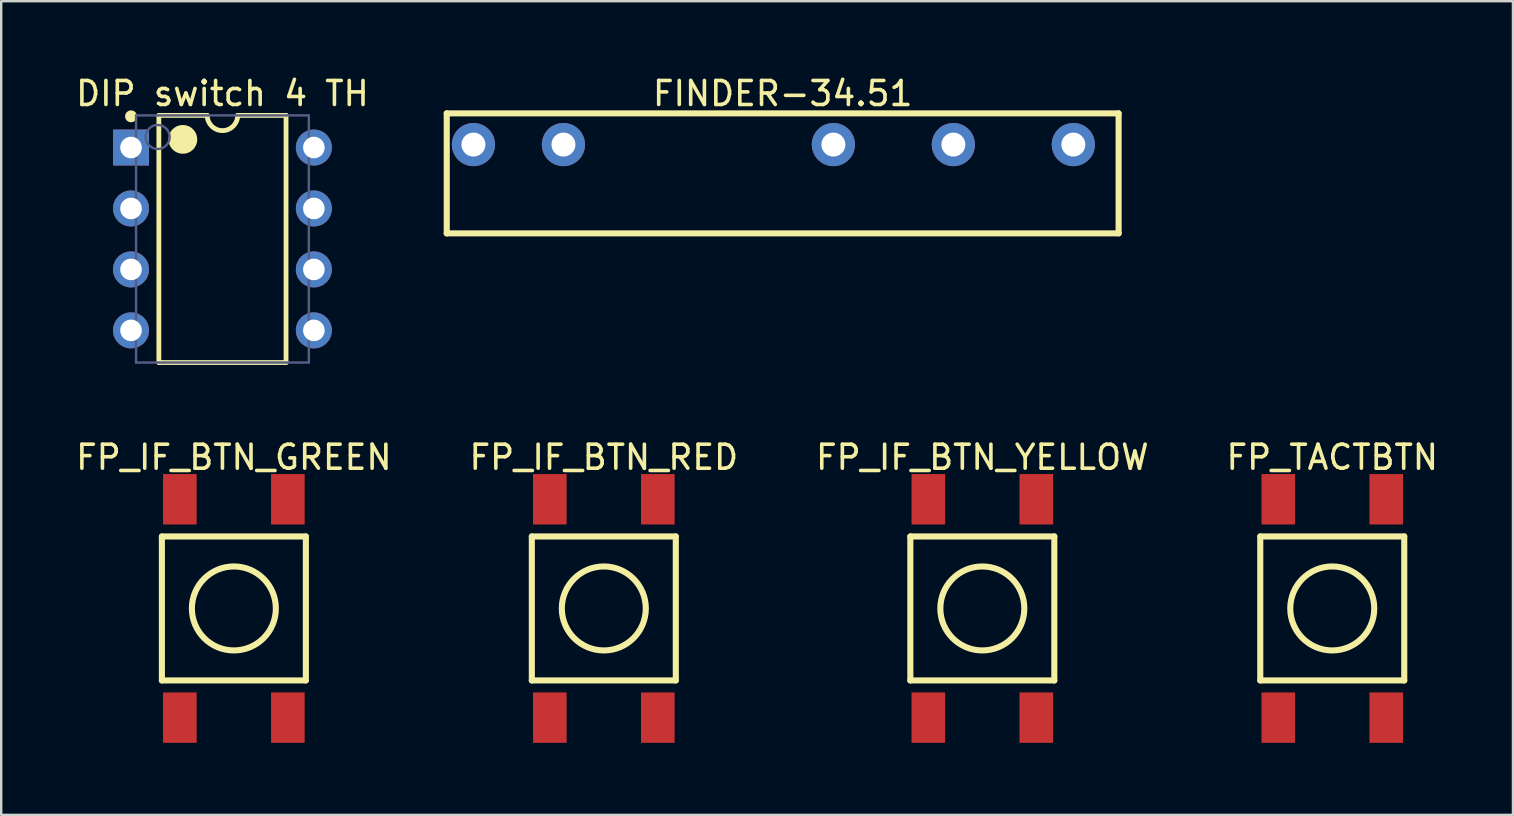
<source format=kicad_pcb>
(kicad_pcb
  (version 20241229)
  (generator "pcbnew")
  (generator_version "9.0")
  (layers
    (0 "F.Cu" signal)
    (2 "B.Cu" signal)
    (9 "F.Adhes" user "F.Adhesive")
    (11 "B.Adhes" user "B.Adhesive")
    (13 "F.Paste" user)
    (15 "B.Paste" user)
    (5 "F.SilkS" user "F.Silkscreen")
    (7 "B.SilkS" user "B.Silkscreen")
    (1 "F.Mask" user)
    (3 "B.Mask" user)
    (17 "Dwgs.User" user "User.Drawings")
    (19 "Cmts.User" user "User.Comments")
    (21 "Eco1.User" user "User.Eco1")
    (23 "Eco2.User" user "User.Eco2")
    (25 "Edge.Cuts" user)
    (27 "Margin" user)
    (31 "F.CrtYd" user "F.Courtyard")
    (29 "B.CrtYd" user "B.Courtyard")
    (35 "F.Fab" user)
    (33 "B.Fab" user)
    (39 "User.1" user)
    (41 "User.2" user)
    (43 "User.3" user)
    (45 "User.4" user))
  (footprint "FP_TACTBTN"
    (layer "F.Cu")
    (at 52.47 22.306)
    (property "Reference" "FP_TACTBTN" (at 0 -6.3 0) (layer "F.SilkS") (effects (font (size 1 1) (thickness 0.15))))
    (fp_line (start -3 -3) (end 3 -3) (stroke (width 0.254) (type solid)) (layer "F.SilkS"))
    (fp_line (start -3 3) (end -3 -3) (stroke (width 0.254) (type solid)) (layer "F.SilkS"))
    (fp_line (start -3 3) (end 3 3) (stroke (width 0.254) (type solid)) (layer "F.SilkS"))
    (fp_line (start 3 3) (end 3 -3) (stroke (width 0.254) (type solid)) (layer "F.SilkS"))
    (fp_circle (center 0 0) (end 0 -1.75) (stroke (width 0.254) (type solid)) (fill no) (layer "F.SilkS"))
    (pad "1" smd rect (at 2.25 -4.55 180) (size 1.4 2.1) (layers "F.Cu" "F.Mask" "F.Paste"))
    (pad "1" smd rect (at 2.25 4.55 180) (size 1.4 2.1) (layers "F.Cu" "F.Mask" "F.Paste"))
    (pad "2" smd rect (at -2.25 -4.55 180) (size 1.4 2.1) (layers "F.Cu" "F.Mask" "F.Paste"))
    (pad "2" smd rect (at -2.25 4.55 180) (size 1.4 2.1) (layers "F.Cu" "F.Mask" "F.Paste")))
  (footprint "DIP switch 4 TH"
    (layer "F.Cu")
    (at 6.22 6.908)
    (property "Reference" "DIP switch 4 TH" (at 0 -6.06 0) (layer "F.SilkS") (effects (font (size 1 1) (thickness 0.15))))
    (fp_line (start -2.65 -5.15) (end -0.635 -5.15) (stroke (width 0.2) (type solid)) (layer "F.SilkS"))
    (fp_line (start -2.65 5.15) (end -2.65 -5.15) (stroke (width 0.2) (type solid)) (layer "F.SilkS"))
    (fp_line (start -2.65 5.15) (end 2.65 5.15) (stroke (width 0.2) (type solid)) (layer "F.SilkS"))
    (fp_line (start 0.635 -5.15) (end 2.65 -5.15) (stroke (width 0.2) (type solid)) (layer "F.SilkS"))
    (fp_line (start 2.65 5.15) (end 2.65 -5.15) (stroke (width 0.2) (type solid)) (layer "F.SilkS"))
    (fp_arc (start 0.635 -5.15) (mid 0 -4.515) (end -0.635 -5.15) (stroke (width 0.2) (type solid)) (layer "F.SilkS"))
    (fp_circle (center -3.81 -5.11) (end -3.81 -5.235) (stroke (width 0.25) (type solid)) (fill no) (layer "F.SilkS"))
    (fp_circle (center -1.65 -4.15) (end -1.65 -4.45) (stroke (width 0.6) (type solid)) (fill no) (layer "F.SilkS"))
    (fp_line (start -0.5 0) (end 0.5 0) (stroke (width 0.1) (type solid)) (layer "Eco2.User"))
    (fp_line (start 0 0.5) (end 0 -0.5) (stroke (width 0.1) (type solid)) (layer "Eco2.User"))
    (fp_line (start -3.6 -5.15) (end 3.6 -5.15) (stroke (width 0.1) (type solid)) (layer "B.Fab"))
    (fp_line (start -3.6 5.15) (end -3.6 -5.15) (stroke (width 0.1) (type solid)) (layer "B.Fab"))
    (fp_line (start -3.6 5.15) (end 3.6 5.15) (stroke (width 0.1) (type solid)) (layer "B.Fab"))
    (fp_line (start 3.6 5.15) (end 3.6 -5.15) (stroke (width 0.1) (type solid)) (layer "B.Fab"))
    (fp_circle (center -2.7 -4.25) (end -2.7 -4.75) (stroke (width 0.1) (type solid)) (fill no) (layer "B.Fab"))
    (pad "1" thru_hole rect (at -3.81 -3.81) (size 1.5 1.5) (drill 0.9) (layers "*.Cu" "*.Mask"))
    (pad "2" thru_hole circle (at -3.81 -1.27) (size 1.5 1.5) (drill 0.9) (layers "*.Cu" "*.Mask"))
    (pad "3" thru_hole circle (at -3.81 1.27) (size 1.5 1.5) (drill 0.9) (layers "*.Cu" "*.Mask"))
    (pad "4" thru_hole circle (at -3.81 3.81) (size 1.5 1.5) (drill 0.9) (layers "*.Cu" "*.Mask"))
    (pad "5" thru_hole circle (at 3.81 3.81) (size 1.5 1.5) (drill 0.9) (layers "*.Cu" "*.Mask"))
    (pad "6" thru_hole circle (at 3.81 1.27) (size 1.5 1.5) (drill 0.9) (layers "*.Cu" "*.Mask"))
    (pad "7" thru_hole circle (at 3.81 -1.27) (size 1.5 1.5) (drill 0.9) (layers "*.Cu" "*.Mask"))
    (pad "8" thru_hole circle (at 3.81 -3.81) (size 1.5 1.5) (drill 0.9) (layers "*.Cu" "*.Mask")))
  (footprint "FP_IF_BTN_YELLOW"
    (layer "F.Cu")
    (at 40.137 17.756)
    (property "Reference" "FP_IF_BTN_YELLOW" (at -2.25 -1.75 0) (layer "F.SilkS") (effects (font (size 1 1) (thickness 0.15))))
    (fp_line (start -5.25 1.55) (end 0.75 1.55) (stroke (width 0.254) (type solid)) (layer "F.SilkS"))
    (fp_line (start -5.25 7.55) (end -5.25 1.55) (stroke (width 0.254) (type solid)) (layer "F.SilkS"))
    (fp_line (start -5.25 7.55) (end 0.75 7.55) (stroke (width 0.254) (type solid)) (layer "F.SilkS"))
    (fp_line (start 0.75 7.55) (end 0.75 1.55) (stroke (width 0.254) (type solid)) (layer "F.SilkS"))
    (fp_circle (center -2.25 4.55) (end -2.25 2.8) (stroke (width 0.254) (type solid)) (fill no) (layer "F.SilkS"))
    (pad "1" smd rect (at 0 0 180) (size 1.4 2.1) (layers "F.Cu" "F.Mask" "F.Paste"))
    (pad "2" smd rect (at 0 9.1 180) (size 1.4 2.1) (layers "F.Cu" "F.Mask" "F.Paste"))
    (pad "3" smd rect (at -4.5 0 180) (size 1.4 2.1) (layers "F.Cu" "F.Mask" "F.Paste"))
    (pad "4" smd rect (at -4.5 9.1 180) (size 1.4 2.1) (layers "F.Cu" "F.Mask" "F.Paste")))
  (footprint "FP_IF_BTN_RED"
    (layer "F.Cu")
    (at 24.363 17.756)
    (property "Reference" "FP_IF_BTN_RED" (at -2.25 -1.75 0) (layer "F.SilkS") (effects (font (size 1 1) (thickness 0.15))))
    (fp_line (start -5.25 1.55) (end 0.75 1.55) (stroke (width 0.254) (type solid)) (layer "F.SilkS"))
    (fp_line (start -5.25 7.55) (end -5.25 1.55) (stroke (width 0.254) (type solid)) (layer "F.SilkS"))
    (fp_line (start -5.25 7.55) (end 0.75 7.55) (stroke (width 0.254) (type solid)) (layer "F.SilkS"))
    (fp_line (start 0.75 7.55) (end 0.75 1.55) (stroke (width 0.254) (type solid)) (layer "F.SilkS"))
    (fp_circle (center -2.25 4.55) (end -2.25 2.8) (stroke (width 0.254) (type solid)) (fill no) (layer "F.SilkS"))
    (pad "1" smd rect (at 0 0 180) (size 1.4 2.1) (layers "F.Cu" "F.Mask" "F.Paste"))
    (pad "2" smd rect (at 0 9.1 180) (size 1.4 2.1) (layers "F.Cu" "F.Mask" "F.Paste"))
    (pad "3" smd rect (at -4.5 0 180) (size 1.4 2.1) (layers "F.Cu" "F.Mask" "F.Paste"))
    (pad "4" smd rect (at -4.5 9.1 180) (size 1.4 2.1) (layers "F.Cu" "F.Mask" "F.Paste")))
  (footprint "FP_IF_BTN_GREEN"
    (layer "F.Cu")
    (at 8.946 17.756)
    (property "Reference" "FP_IF_BTN_GREEN" (at -2.25 -1.75 0) (layer "F.SilkS") (effects (font (size 1 1) (thickness 0.15))))
    (fp_line (start -5.25 1.55) (end 0.75 1.55) (stroke (width 0.254) (type solid)) (layer "F.SilkS"))
    (fp_line (start -5.25 7.55) (end -5.25 1.55) (stroke (width 0.254) (type solid)) (layer "F.SilkS"))
    (fp_line (start -5.25 7.55) (end 0.75 7.55) (stroke (width 0.254) (type solid)) (layer "F.SilkS"))
    (fp_line (start 0.75 7.55) (end 0.75 1.55) (stroke (width 0.254) (type solid)) (layer "F.SilkS"))
    (fp_circle (center -2.25 4.55) (end -2.25 2.8) (stroke (width 0.254) (type solid)) (fill no) (layer "F.SilkS"))
    (pad "1" smd rect (at 0 0 180) (size 1.4 2.1) (layers "F.Cu" "F.Mask" "F.Paste"))
    (pad "2" smd rect (at 0 9.1 180) (size 1.4 2.1) (layers "F.Cu" "F.Mask" "F.Paste"))
    (pad "3" smd rect (at -4.5 0 180) (size 1.4 2.1) (layers "F.Cu" "F.Mask" "F.Paste"))
    (pad "4" smd rect (at -4.5 9.1 180) (size 1.4 2.1) (layers "F.Cu" "F.Mask" "F.Paste")))
  (footprint "FINDER-34.51"
    (layer "F.Cu")
    (at 29.18 2.975)
    (property "Reference" "FINDER-34.51" (at 0.387 -2.127 0) (layer "F.SilkS") (effects (font (size 1 1) (thickness 0.15))))
    (fp_line (start -13.613 -1.3) (end 14.387 -1.3) (stroke (width 0.254) (type solid)) (layer "F.SilkS"))
    (fp_line (start -13.613 3.7) (end -13.613 -1.3) (stroke (width 0.254) (type solid)) (layer "F.SilkS"))
    (fp_line (start -13.613 3.7) (end 14.387 3.7) (stroke (width 0.254) (type solid)) (layer "F.SilkS"))
    (fp_line (start 14.387 3.7) (end 14.387 -1.3) (stroke (width 0.254) (type solid)) (layer "F.SilkS"))
    (pad "1" thru_hole circle (at -12.5 0) (size 1.8 1.8) (drill 1) (layers "*.Cu" "*.Mask"))
    (pad "2" thru_hole circle (at -8.75 0) (size 1.8 1.8) (drill 1) (layers "*.Cu" "*.Mask"))
    (pad "3" thru_hole circle (at 2.5 0) (size 1.8 1.8) (drill 1) (layers "*.Cu" "*.Mask"))
    (pad "4" thru_hole circle (at 7.5 0) (size 1.8 1.8) (drill 1) (layers "*.Cu" "*.Mask"))
    (pad "5" thru_hole circle (at 12.5 0) (size 1.8 1.8) (drill 1) (layers "*.Cu" "*.Mask")))
  (gr_rect
    (start -3 -3)
    (end 60 30.907)
    (stroke (width 0.1) (type default))
    (fill no)
    (layer "Edge.Cuts")))
</source>
